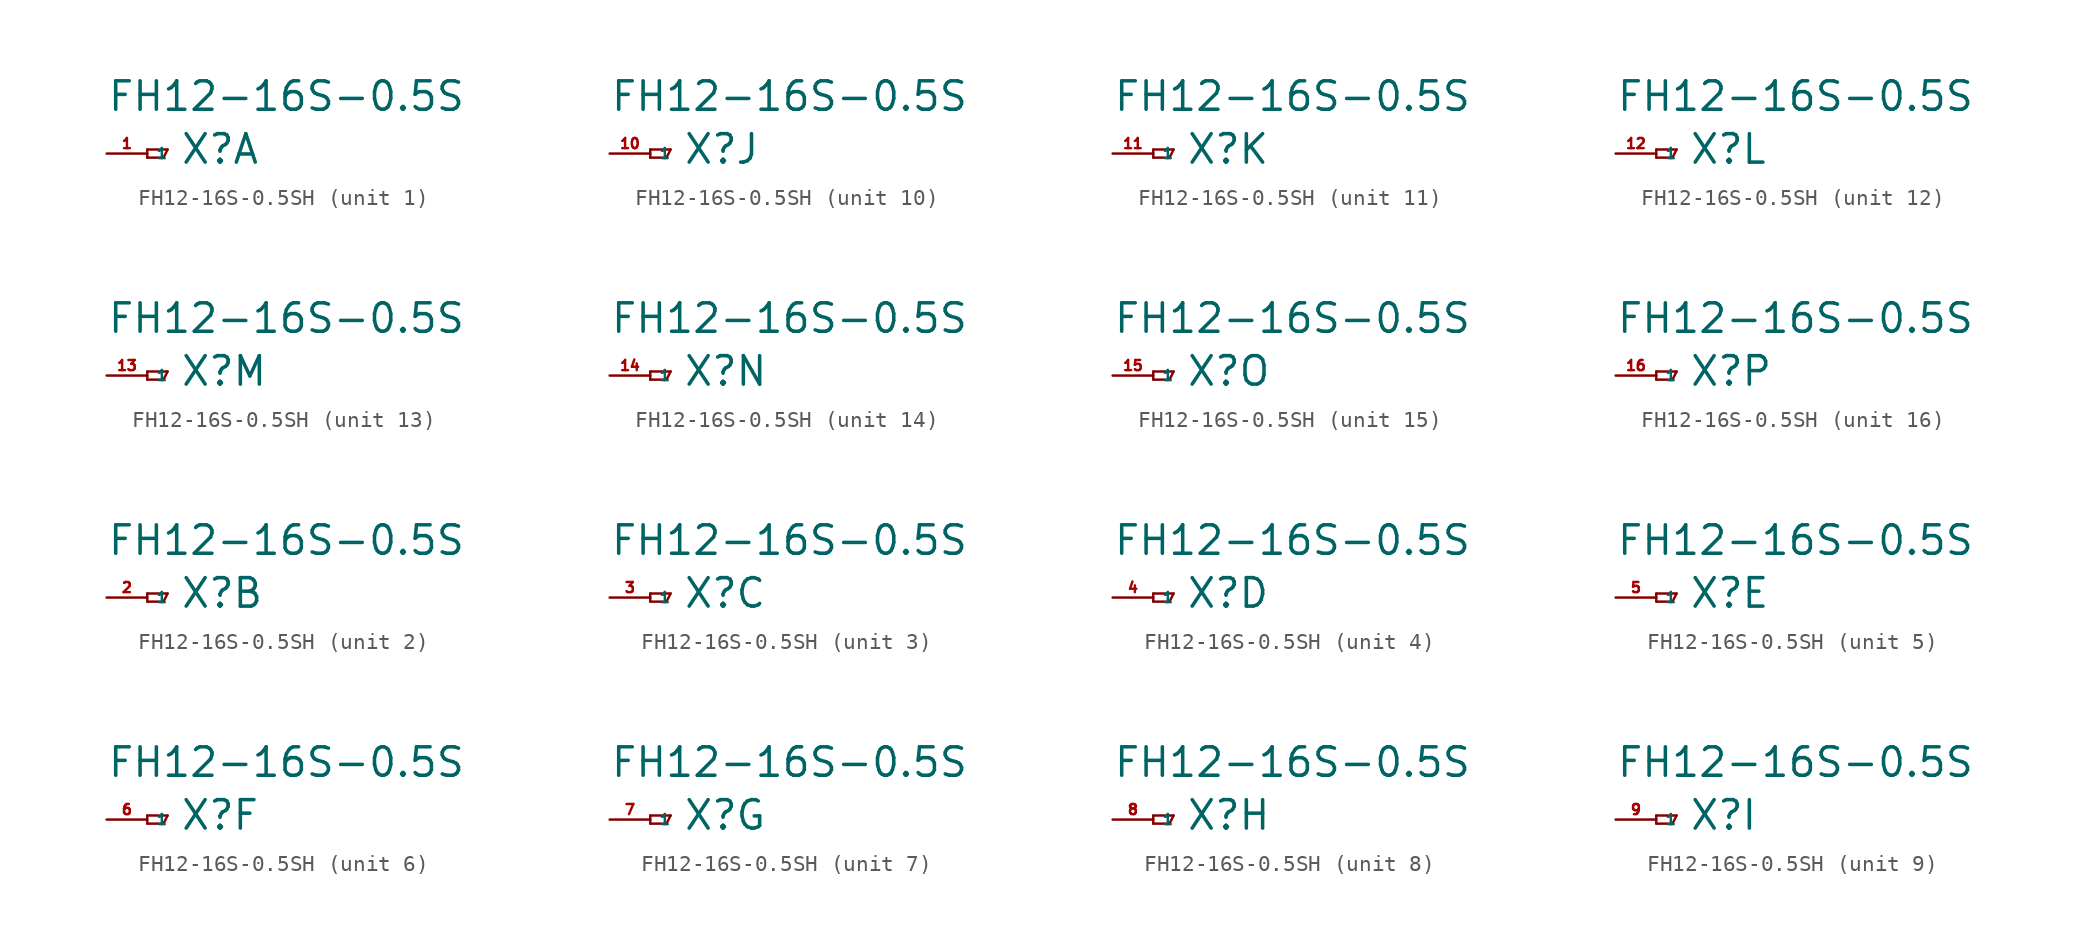
<source format=kicad_sym>
(kicad_symbol_lib
  (version 20220914)
  (generator Eagle2Kicad)
  (symbol "FH12-16S-0.5SH"
    (property "Reference" "X"
      (at 2.032 -0.762 0)
      (effects (font (size 1.778 1.778) (thickness 0.22)) (justify left bottom)))
    (property "Value" "FH12-16S-0.5S"
      (at -2.54 2.54 0)
      (effects (font (size 1.778 1.778) (thickness 0.22)) (justify left bottom)))
    (symbol "FH12-16S-0.5SH_1_0"
      (polyline (pts (xy 0 0.254) (xy 0 -0.254)) (stroke (width 0.152) (type default)) (fill (type none)))
      (polyline (pts (xy 0 -0.254) (xy 1.016 -0.254)) (stroke (width 0.152) (type default)) (fill (type none)))
      (polyline (pts (xy 1.016 -0.254) (xy 1.27 0.254)) (stroke (width 0.152) (type default)) (fill (type none)))
      (polyline (pts (xy 1.27 0.254) (xy 0 0.254)) (stroke (width 0.152) (type default)) (fill (type none)))
      (pin passive line (at -2.54 0 0) (length 2.54) (name "1" (effects (font (size 0.635 0.635) (thickness 0.08)) (justify left bottom))) (number "1" (effects (font (size 0.635 0.635) (thickness 0.08)) (justify left bottom)))))
    (symbol "FH12-16S-0.5SH_2_0"
      (polyline (pts (xy 0 0.254) (xy 0 -0.254)) (stroke (width 0.152) (type default)) (fill (type none)))
      (polyline (pts (xy 0 -0.254) (xy 1.016 -0.254)) (stroke (width 0.152) (type default)) (fill (type none)))
      (polyline (pts (xy 1.016 -0.254) (xy 1.27 0.254)) (stroke (width 0.152) (type default)) (fill (type none)))
      (polyline (pts (xy 1.27 0.254) (xy 0 0.254)) (stroke (width 0.152) (type default)) (fill (type none)))
      (pin passive line (at -2.54 0 0) (length 2.54) (name "1" (effects (font (size 0.635 0.635) (thickness 0.08)) (justify left bottom))) (number "2" (effects (font (size 0.635 0.635) (thickness 0.08)) (justify left bottom)))))
    (symbol "FH12-16S-0.5SH_3_0"
      (polyline (pts (xy 0 0.254) (xy 0 -0.254)) (stroke (width 0.152) (type default)) (fill (type none)))
      (polyline (pts (xy 0 -0.254) (xy 1.016 -0.254)) (stroke (width 0.152) (type default)) (fill (type none)))
      (polyline (pts (xy 1.016 -0.254) (xy 1.27 0.254)) (stroke (width 0.152) (type default)) (fill (type none)))
      (polyline (pts (xy 1.27 0.254) (xy 0 0.254)) (stroke (width 0.152) (type default)) (fill (type none)))
      (pin passive line (at -2.54 0 0) (length 2.54) (name "1" (effects (font (size 0.635 0.635) (thickness 0.08)) (justify left bottom))) (number "3" (effects (font (size 0.635 0.635) (thickness 0.08)) (justify left bottom)))))
    (symbol "FH12-16S-0.5SH_4_0"
      (polyline (pts (xy 0 0.254) (xy 0 -0.254)) (stroke (width 0.152) (type default)) (fill (type none)))
      (polyline (pts (xy 0 -0.254) (xy 1.016 -0.254)) (stroke (width 0.152) (type default)) (fill (type none)))
      (polyline (pts (xy 1.016 -0.254) (xy 1.27 0.254)) (stroke (width 0.152) (type default)) (fill (type none)))
      (polyline (pts (xy 1.27 0.254) (xy 0 0.254)) (stroke (width 0.152) (type default)) (fill (type none)))
      (pin passive line (at -2.54 0 0) (length 2.54) (name "1" (effects (font (size 0.635 0.635) (thickness 0.08)) (justify left bottom))) (number "4" (effects (font (size 0.635 0.635) (thickness 0.08)) (justify left bottom)))))
    (symbol "FH12-16S-0.5SH_5_0"
      (polyline (pts (xy 0 0.254) (xy 0 -0.254)) (stroke (width 0.152) (type default)) (fill (type none)))
      (polyline (pts (xy 0 -0.254) (xy 1.016 -0.254)) (stroke (width 0.152) (type default)) (fill (type none)))
      (polyline (pts (xy 1.016 -0.254) (xy 1.27 0.254)) (stroke (width 0.152) (type default)) (fill (type none)))
      (polyline (pts (xy 1.27 0.254) (xy 0 0.254)) (stroke (width 0.152) (type default)) (fill (type none)))
      (pin passive line (at -2.54 0 0) (length 2.54) (name "1" (effects (font (size 0.635 0.635) (thickness 0.08)) (justify left bottom))) (number "5" (effects (font (size 0.635 0.635) (thickness 0.08)) (justify left bottom)))))
    (symbol "FH12-16S-0.5SH_6_0"
      (polyline (pts (xy 0 0.254) (xy 0 -0.254)) (stroke (width 0.152) (type default)) (fill (type none)))
      (polyline (pts (xy 0 -0.254) (xy 1.016 -0.254)) (stroke (width 0.152) (type default)) (fill (type none)))
      (polyline (pts (xy 1.016 -0.254) (xy 1.27 0.254)) (stroke (width 0.152) (type default)) (fill (type none)))
      (polyline (pts (xy 1.27 0.254) (xy 0 0.254)) (stroke (width 0.152) (type default)) (fill (type none)))
      (pin passive line (at -2.54 0 0) (length 2.54) (name "1" (effects (font (size 0.635 0.635) (thickness 0.08)) (justify left bottom))) (number "6" (effects (font (size 0.635 0.635) (thickness 0.08)) (justify left bottom)))))
    (symbol "FH12-16S-0.5SH_7_0"
      (polyline (pts (xy 0 0.254) (xy 0 -0.254)) (stroke (width 0.152) (type default)) (fill (type none)))
      (polyline (pts (xy 0 -0.254) (xy 1.016 -0.254)) (stroke (width 0.152) (type default)) (fill (type none)))
      (polyline (pts (xy 1.016 -0.254) (xy 1.27 0.254)) (stroke (width 0.152) (type default)) (fill (type none)))
      (polyline (pts (xy 1.27 0.254) (xy 0 0.254)) (stroke (width 0.152) (type default)) (fill (type none)))
      (pin passive line (at -2.54 0 0) (length 2.54) (name "1" (effects (font (size 0.635 0.635) (thickness 0.08)) (justify left bottom))) (number "7" (effects (font (size 0.635 0.635) (thickness 0.08)) (justify left bottom)))))
    (symbol "FH12-16S-0.5SH_8_0"
      (polyline (pts (xy 0 0.254) (xy 0 -0.254)) (stroke (width 0.152) (type default)) (fill (type none)))
      (polyline (pts (xy 0 -0.254) (xy 1.016 -0.254)) (stroke (width 0.152) (type default)) (fill (type none)))
      (polyline (pts (xy 1.016 -0.254) (xy 1.27 0.254)) (stroke (width 0.152) (type default)) (fill (type none)))
      (polyline (pts (xy 1.27 0.254) (xy 0 0.254)) (stroke (width 0.152) (type default)) (fill (type none)))
      (pin passive line (at -2.54 0 0) (length 2.54) (name "1" (effects (font (size 0.635 0.635) (thickness 0.08)) (justify left bottom))) (number "8" (effects (font (size 0.635 0.635) (thickness 0.08)) (justify left bottom)))))
    (symbol "FH12-16S-0.5SH_9_0"
      (polyline (pts (xy 0 0.254) (xy 0 -0.254)) (stroke (width 0.152) (type default)) (fill (type none)))
      (polyline (pts (xy 0 -0.254) (xy 1.016 -0.254)) (stroke (width 0.152) (type default)) (fill (type none)))
      (polyline (pts (xy 1.016 -0.254) (xy 1.27 0.254)) (stroke (width 0.152) (type default)) (fill (type none)))
      (polyline (pts (xy 1.27 0.254) (xy 0 0.254)) (stroke (width 0.152) (type default)) (fill (type none)))
      (pin passive line (at -2.54 0 0) (length 2.54) (name "1" (effects (font (size 0.635 0.635) (thickness 0.08)) (justify left bottom))) (number "9" (effects (font (size 0.635 0.635) (thickness 0.08)) (justify left bottom)))))
    (symbol "FH12-16S-0.5SH_10_0"
      (polyline (pts (xy 0 0.254) (xy 0 -0.254)) (stroke (width 0.152) (type default)) (fill (type none)))
      (polyline (pts (xy 0 -0.254) (xy 1.016 -0.254)) (stroke (width 0.152) (type default)) (fill (type none)))
      (polyline (pts (xy 1.016 -0.254) (xy 1.27 0.254)) (stroke (width 0.152) (type default)) (fill (type none)))
      (polyline (pts (xy 1.27 0.254) (xy 0 0.254)) (stroke (width 0.152) (type default)) (fill (type none)))
      (pin passive line (at -2.54 0 0) (length 2.54) (name "1" (effects (font (size 0.635 0.635) (thickness 0.08)) (justify left bottom))) (number "10" (effects (font (size 0.635 0.635) (thickness 0.08)) (justify left bottom)))))
    (symbol "FH12-16S-0.5SH_11_0"
      (polyline (pts (xy 0 0.254) (xy 0 -0.254)) (stroke (width 0.152) (type default)) (fill (type none)))
      (polyline (pts (xy 0 -0.254) (xy 1.016 -0.254)) (stroke (width 0.152) (type default)) (fill (type none)))
      (polyline (pts (xy 1.016 -0.254) (xy 1.27 0.254)) (stroke (width 0.152) (type default)) (fill (type none)))
      (polyline (pts (xy 1.27 0.254) (xy 0 0.254)) (stroke (width 0.152) (type default)) (fill (type none)))
      (pin passive line (at -2.54 0 0) (length 2.54) (name "1" (effects (font (size 0.635 0.635) (thickness 0.08)) (justify left bottom))) (number "11" (effects (font (size 0.635 0.635) (thickness 0.08)) (justify left bottom)))))
    (symbol "FH12-16S-0.5SH_12_0"
      (polyline (pts (xy 0 0.254) (xy 0 -0.254)) (stroke (width 0.152) (type default)) (fill (type none)))
      (polyline (pts (xy 0 -0.254) (xy 1.016 -0.254)) (stroke (width 0.152) (type default)) (fill (type none)))
      (polyline (pts (xy 1.016 -0.254) (xy 1.27 0.254)) (stroke (width 0.152) (type default)) (fill (type none)))
      (polyline (pts (xy 1.27 0.254) (xy 0 0.254)) (stroke (width 0.152) (type default)) (fill (type none)))
      (pin passive line (at -2.54 0 0) (length 2.54) (name "1" (effects (font (size 0.635 0.635) (thickness 0.08)) (justify left bottom))) (number "12" (effects (font (size 0.635 0.635) (thickness 0.08)) (justify left bottom)))))
    (symbol "FH12-16S-0.5SH_13_0"
      (polyline (pts (xy 0 0.254) (xy 0 -0.254)) (stroke (width 0.152) (type default)) (fill (type none)))
      (polyline (pts (xy 0 -0.254) (xy 1.016 -0.254)) (stroke (width 0.152) (type default)) (fill (type none)))
      (polyline (pts (xy 1.016 -0.254) (xy 1.27 0.254)) (stroke (width 0.152) (type default)) (fill (type none)))
      (polyline (pts (xy 1.27 0.254) (xy 0 0.254)) (stroke (width 0.152) (type default)) (fill (type none)))
      (pin passive line (at -2.54 0 0) (length 2.54) (name "1" (effects (font (size 0.635 0.635) (thickness 0.08)) (justify left bottom))) (number "13" (effects (font (size 0.635 0.635) (thickness 0.08)) (justify left bottom)))))
    (symbol "FH12-16S-0.5SH_14_0"
      (polyline (pts (xy 0 0.254) (xy 0 -0.254)) (stroke (width 0.152) (type default)) (fill (type none)))
      (polyline (pts (xy 0 -0.254) (xy 1.016 -0.254)) (stroke (width 0.152) (type default)) (fill (type none)))
      (polyline (pts (xy 1.016 -0.254) (xy 1.27 0.254)) (stroke (width 0.152) (type default)) (fill (type none)))
      (polyline (pts (xy 1.27 0.254) (xy 0 0.254)) (stroke (width 0.152) (type default)) (fill (type none)))
      (pin passive line (at -2.54 0 0) (length 2.54) (name "1" (effects (font (size 0.635 0.635) (thickness 0.08)) (justify left bottom))) (number "14" (effects (font (size 0.635 0.635) (thickness 0.08)) (justify left bottom)))))
    (symbol "FH12-16S-0.5SH_15_0"
      (polyline (pts (xy 0 0.254) (xy 0 -0.254)) (stroke (width 0.152) (type default)) (fill (type none)))
      (polyline (pts (xy 0 -0.254) (xy 1.016 -0.254)) (stroke (width 0.152) (type default)) (fill (type none)))
      (polyline (pts (xy 1.016 -0.254) (xy 1.27 0.254)) (stroke (width 0.152) (type default)) (fill (type none)))
      (polyline (pts (xy 1.27 0.254) (xy 0 0.254)) (stroke (width 0.152) (type default)) (fill (type none)))
      (pin passive line (at -2.54 0 0) (length 2.54) (name "1" (effects (font (size 0.635 0.635) (thickness 0.08)) (justify left bottom))) (number "15" (effects (font (size 0.635 0.635) (thickness 0.08)) (justify left bottom)))))
    (symbol "FH12-16S-0.5SH_16_0"
      (polyline (pts (xy 0 0.254) (xy 0 -0.254)) (stroke (width 0.152) (type default)) (fill (type none)))
      (polyline (pts (xy 0 -0.254) (xy 1.016 -0.254)) (stroke (width 0.152) (type default)) (fill (type none)))
      (polyline (pts (xy 1.016 -0.254) (xy 1.27 0.254)) (stroke (width 0.152) (type default)) (fill (type none)))
      (polyline (pts (xy 1.27 0.254) (xy 0 0.254)) (stroke (width 0.152) (type default)) (fill (type none)))
      (pin passive line (at -2.54 0 0) (length 2.54) (name "1" (effects (font (size 0.635 0.635) (thickness 0.08)) (justify left bottom))) (number "16" (effects (font (size 0.635 0.635) (thickness 0.08)) (justify left bottom)))))))
</source>
